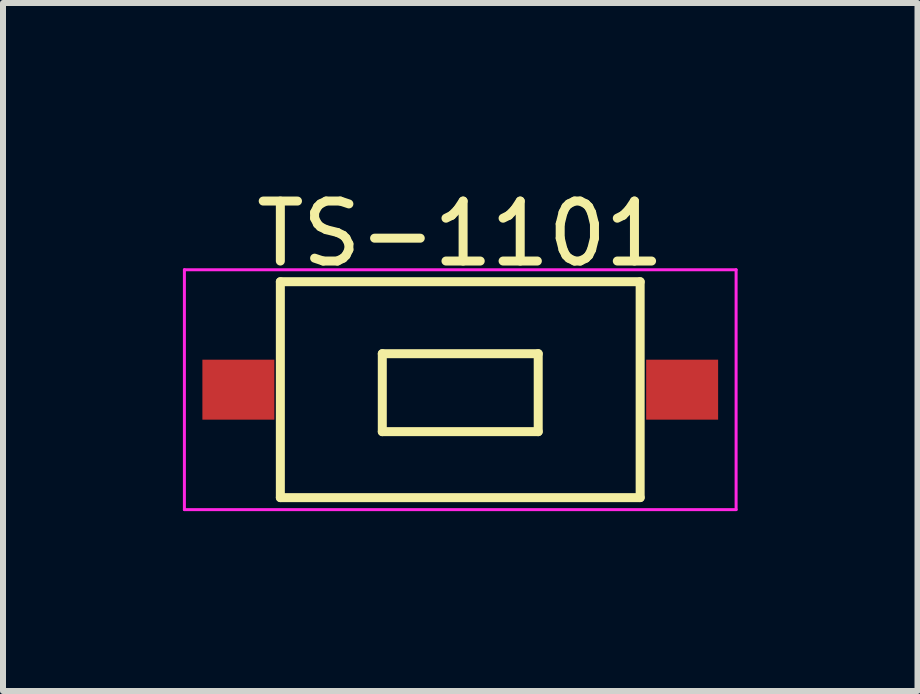
<source format=kicad_pcb>
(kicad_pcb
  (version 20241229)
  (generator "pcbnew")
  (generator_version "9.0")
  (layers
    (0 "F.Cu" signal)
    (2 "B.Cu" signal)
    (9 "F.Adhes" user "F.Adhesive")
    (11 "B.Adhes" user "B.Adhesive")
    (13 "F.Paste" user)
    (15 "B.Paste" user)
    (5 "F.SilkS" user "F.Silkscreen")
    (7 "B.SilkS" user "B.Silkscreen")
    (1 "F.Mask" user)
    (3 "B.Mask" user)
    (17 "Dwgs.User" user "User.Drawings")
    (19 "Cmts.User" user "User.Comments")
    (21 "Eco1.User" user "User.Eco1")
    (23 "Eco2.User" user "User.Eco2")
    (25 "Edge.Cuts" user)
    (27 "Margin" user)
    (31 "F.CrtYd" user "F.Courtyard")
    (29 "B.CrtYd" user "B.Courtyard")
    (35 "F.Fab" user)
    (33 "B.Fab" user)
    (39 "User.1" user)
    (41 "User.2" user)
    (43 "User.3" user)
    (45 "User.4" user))
  (footprint "TS-1101"
    (layer "F.Cu")
    (at 4.625 3.448)
    (property "Reference" "TS-1101" (at 0 -2.6 0) (layer "F.SilkS") (effects (font (size 1 1) (thickness 0.15))))
    (attr through_hole)
    (fp_line (start -3 -1.8) (end -3 1.8) (stroke (width 0.15) (type solid)) (layer "F.SilkS"))
    (fp_line (start -3 -1.8) (end 3 -1.8) (stroke (width 0.15) (type solid)) (layer "F.SilkS"))
    (fp_line (start -3 1.8) (end 3 1.8) (stroke (width 0.15) (type solid)) (layer "F.SilkS"))
    (fp_line (start -1.3 -0.6) (end -1.3 0.7) (stroke (width 0.15) (type solid)) (layer "F.SilkS"))
    (fp_line (start -1.3 -0.6) (end 1.3 -0.6) (stroke (width 0.15) (type solid)) (layer "F.SilkS"))
    (fp_line (start -1.3 0.7) (end 1.3 0.7) (stroke (width 0.15) (type solid)) (layer "F.SilkS"))
    (fp_line (start 1.3 -0.6) (end 1.3 0.7) (stroke (width 0.15) (type solid)) (layer "F.SilkS"))
    (fp_line (start 3 -1.8) (end 3 1.8) (stroke (width 0.15) (type solid)) (layer "F.SilkS"))
    (fp_line (start -4.6 -2) (end 4.6 -2) (stroke (width 0.05) (type solid)) (layer "F.CrtYd"))
    (fp_line (start -4.6 2) (end -4.6 -2) (stroke (width 0.05) (type solid)) (layer "F.CrtYd"))
    (fp_line (start 4.6 -2) (end 4.6 2) (stroke (width 0.05) (type solid)) (layer "F.CrtYd"))
    (fp_line (start 4.6 2) (end -4.6 2) (stroke (width 0.05) (type solid)) (layer "F.CrtYd"))
    (pad "1" smd rect (at -3.7 0) (size 1.2 1) (layers "F.Cu" "F.Mask" "F.Paste"))
    (pad "2" smd rect (at 3.7 0) (size 1.2 1) (layers "F.Cu" "F.Mask" "F.Paste")))
  (gr_rect
    (start -3 -3)
    (end 12.25 8.473)
    (stroke (width 0.1) (type default))
    (fill no)
    (layer "Edge.Cuts")))
</source>
